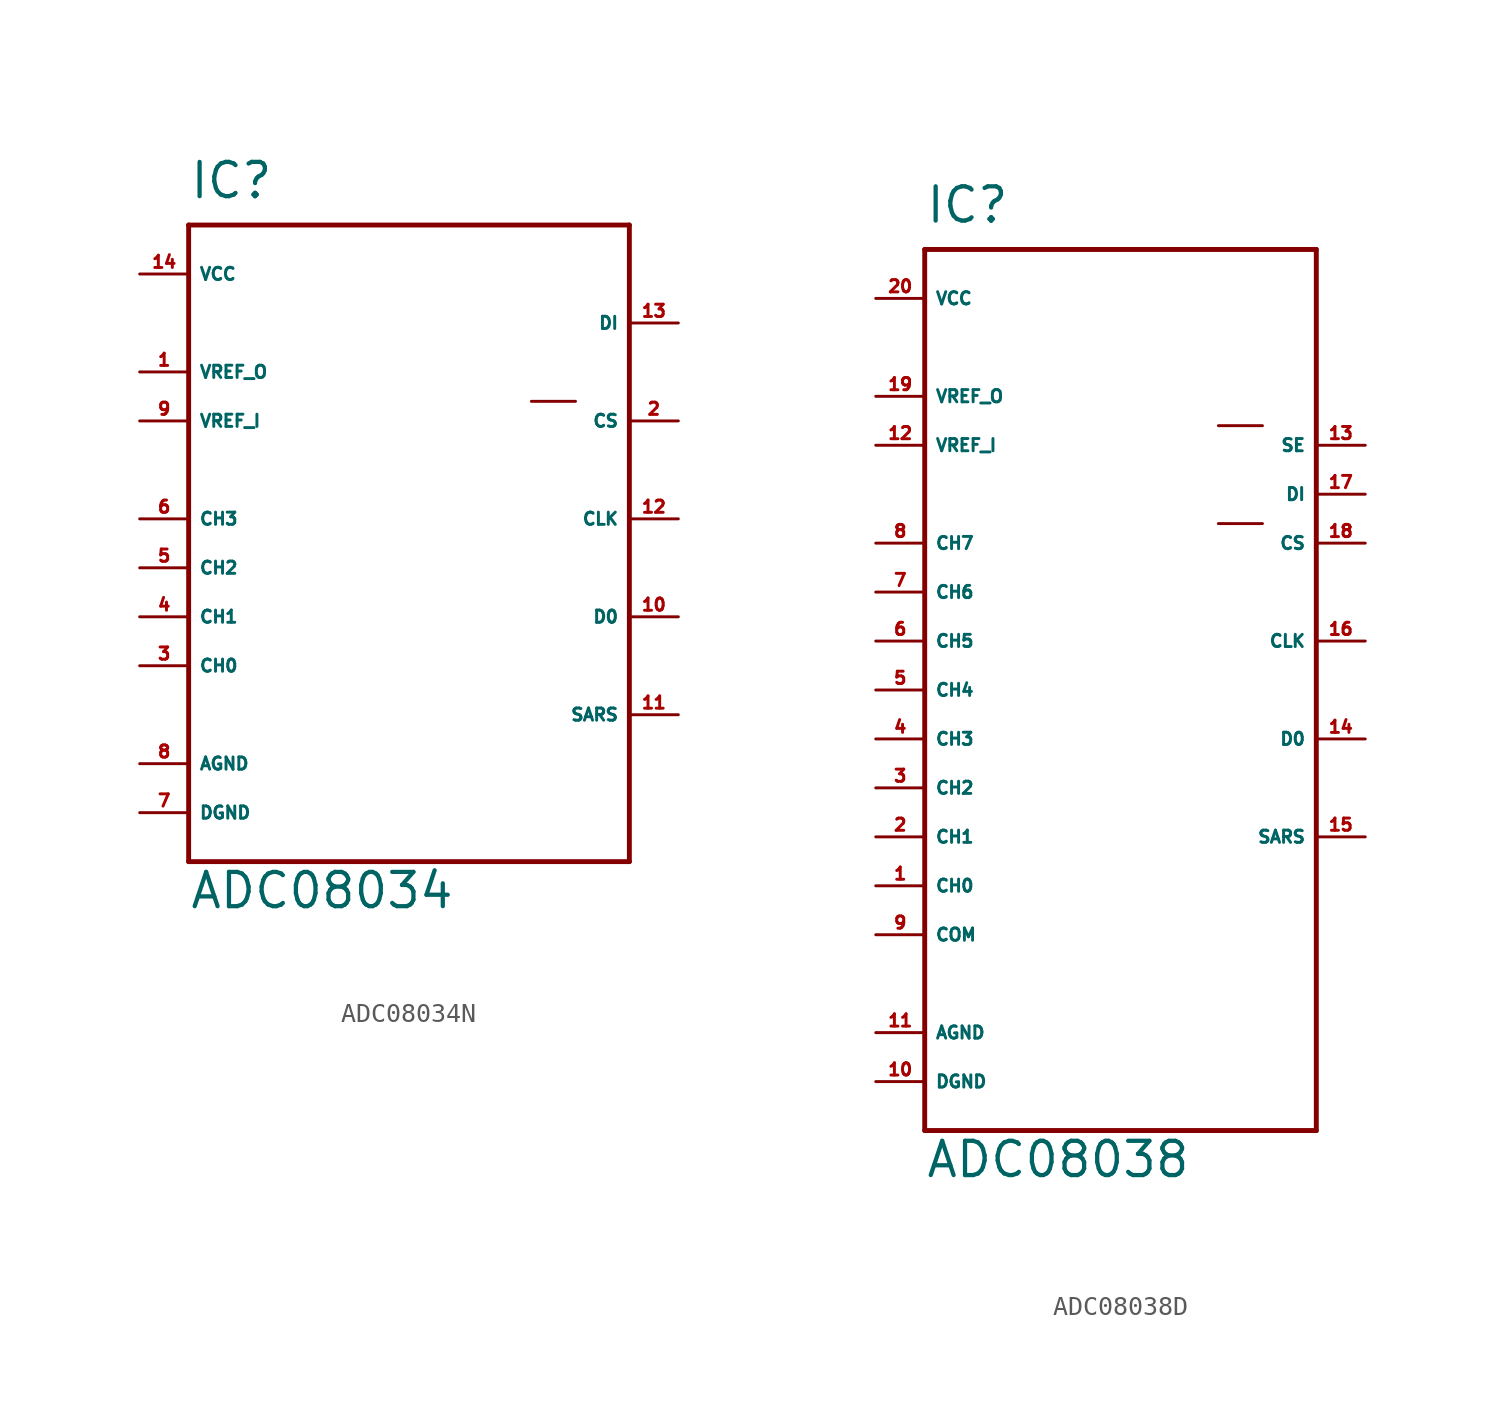
<source format=kicad_sym>
(kicad_symbol_lib
  (version 20220914)
  (generator Eagle2Kicad)
  (symbol "ADC08034N"
    (property "Reference" "IC"
      (at -12.7 16.51 0)
      (effects (font (size 1.778 1.778) (thickness 0.22)) (justify left bottom)))
    (property "Value" "ADC08034"
      (at -12.7 -20.32 0)
      (effects (font (size 1.778 1.778) (thickness 0.22)) (justify left bottom)))
    (polyline
      (pts (xy -12.7 15.24) (xy 10.16 15.24))
      (stroke (width 0.254) (type default))
      (fill (type none)))
    (polyline
      (pts (xy 10.16 15.24) (xy 10.16 -17.78))
      (stroke (width 0.254) (type default))
      (fill (type none)))
    (polyline
      (pts (xy 10.16 -17.78) (xy -12.7 -17.78))
      (stroke (width 0.254) (type default))
      (fill (type none)))
    (polyline
      (pts (xy -12.7 -17.78) (xy -12.7 15.24))
      (stroke (width 0.254) (type default))
      (fill (type none)))
    (polyline
      (pts (xy 5.08 6.096) (xy 7.366 6.096))
      (stroke (width 0.152) (type default))
      (fill (type none)))
    (pin input line
      (at -15.24 -7.62 0)
      (length 2.54)
      (name "CH0" (effects (font (size 0.635 0.635) (thickness 0.08)) (justify left bottom)))
      (number "3" (effects (font (size 0.635 0.635) (thickness 0.08)) (justify left bottom))))
    (pin input line
      (at -15.24 -5.08 0)
      (length 2.54)
      (name "CH1" (effects (font (size 0.635 0.635) (thickness 0.08)) (justify left bottom)))
      (number "4" (effects (font (size 0.635 0.635) (thickness 0.08)) (justify left bottom))))
    (pin input line
      (at -15.24 -2.54 0)
      (length 2.54)
      (name "CH2" (effects (font (size 0.635 0.635) (thickness 0.08)) (justify left bottom)))
      (number "5" (effects (font (size 0.635 0.635) (thickness 0.08)) (justify left bottom))))
    (pin input line
      (at -15.24 0 0)
      (length 2.54)
      (name "CH3" (effects (font (size 0.635 0.635) (thickness 0.08)) (justify left bottom)))
      (number "6" (effects (font (size 0.635 0.635) (thickness 0.08)) (justify left bottom))))
    (pin unspecified line
      (at -15.24 -15.24 0)
      (length 2.54)
      (name "DGND" (effects (font (size 0.635 0.635) (thickness 0.08)) (justify left bottom)))
      (number "7" (effects (font (size 0.635 0.635) (thickness 0.08)) (justify left bottom))))
    (pin output line
      (at -15.24 7.62 0)
      (length 2.54)
      (name "VREF_O" (effects (font (size 0.635 0.635) (thickness 0.08)) (justify left bottom)))
      (number "1" (effects (font (size 0.635 0.635) (thickness 0.08)) (justify left bottom))))
    (pin input line
      (at -15.24 5.08 0)
      (length 2.54)
      (name "VREF_I" (effects (font (size 0.635 0.635) (thickness 0.08)) (justify left bottom)))
      (number "9" (effects (font (size 0.635 0.635) (thickness 0.08)) (justify left bottom))))
    (pin input line
      (at 12.7 5.08 180)
      (length 2.54)
      (name "CS" (effects (font (size 0.635 0.635) (thickness 0.08)) (justify left bottom)))
      (number "2" (effects (font (size 0.635 0.635) (thickness 0.08)) (justify left bottom))))
    (pin input line
      (at 12.7 10.16 180)
      (length 2.54)
      (name "DI" (effects (font (size 0.635 0.635) (thickness 0.08)) (justify left bottom)))
      (number "13" (effects (font (size 0.635 0.635) (thickness 0.08)) (justify left bottom))))
    (pin tri_state line
      (at 12.7 -5.08 180)
      (length 2.54)
      (name "D0" (effects (font (size 0.635 0.635) (thickness 0.08)) (justify left bottom)))
      (number "10" (effects (font (size 0.635 0.635) (thickness 0.08)) (justify left bottom))))
    (pin input line
      (at 12.7 0 180)
      (length 2.54)
      (name "CLK" (effects (font (size 0.635 0.635) (thickness 0.08)) (justify left bottom)))
      (number "12" (effects (font (size 0.635 0.635) (thickness 0.08)) (justify left bottom))))
    (pin unspecified line
      (at -15.24 12.7 0)
      (length 2.54)
      (name "VCC" (effects (font (size 0.635 0.635) (thickness 0.08)) (justify left bottom)))
      (number "14" (effects (font (size 0.635 0.635) (thickness 0.08)) (justify left bottom))))
    (pin unspecified line
      (at -15.24 -12.7 0)
      (length 2.54)
      (name "AGND" (effects (font (size 0.635 0.635) (thickness 0.08)) (justify left bottom)))
      (number "8" (effects (font (size 0.635 0.635) (thickness 0.08)) (justify left bottom))))
    (pin output line
      (at 12.7 -10.16 180)
      (length 2.54)
      (name "SARS" (effects (font (size 0.635 0.635) (thickness 0.08)) (justify left bottom)))
      (number "11" (effects (font (size 0.635 0.635) (thickness 0.08)) (justify left bottom)))))
  (symbol "ADC08038D"
    (property "Reference" "IC"
      (at -10.16 21.59 0)
      (effects (font (size 1.778 1.778) (thickness 0.22)) (justify left bottom)))
    (property "Value" "ADC08038"
      (at -10.16 -27.94 0)
      (effects (font (size 1.778 1.778) (thickness 0.22)) (justify left bottom)))
    (polyline
      (pts (xy -10.16 20.32) (xy 10.16 20.32))
      (stroke (width 0.254) (type default))
      (fill (type none)))
    (polyline
      (pts (xy 10.16 20.32) (xy 10.16 -25.4))
      (stroke (width 0.254) (type default))
      (fill (type none)))
    (polyline
      (pts (xy 10.16 -25.4) (xy -10.16 -25.4))
      (stroke (width 0.254) (type default))
      (fill (type none)))
    (polyline
      (pts (xy -10.16 -25.4) (xy -10.16 20.32))
      (stroke (width 0.254) (type default))
      (fill (type none)))
    (polyline
      (pts (xy 5.08 6.096) (xy 7.366 6.096))
      (stroke (width 0.152) (type default))
      (fill (type none)))
    (polyline
      (pts (xy 5.08 11.176) (xy 7.366 11.176))
      (stroke (width 0.152) (type default))
      (fill (type none)))
    (pin input line
      (at -12.7 -12.7 0)
      (length 2.54)
      (name "CH0" (effects (font (size 0.635 0.635) (thickness 0.08)) (justify left bottom)))
      (number "1" (effects (font (size 0.635 0.635) (thickness 0.08)) (justify left bottom))))
    (pin input line
      (at -12.7 -10.16 0)
      (length 2.54)
      (name "CH1" (effects (font (size 0.635 0.635) (thickness 0.08)) (justify left bottom)))
      (number "2" (effects (font (size 0.635 0.635) (thickness 0.08)) (justify left bottom))))
    (pin input line
      (at -12.7 -7.62 0)
      (length 2.54)
      (name "CH2" (effects (font (size 0.635 0.635) (thickness 0.08)) (justify left bottom)))
      (number "3" (effects (font (size 0.635 0.635) (thickness 0.08)) (justify left bottom))))
    (pin input line
      (at -12.7 -5.08 0)
      (length 2.54)
      (name "CH3" (effects (font (size 0.635 0.635) (thickness 0.08)) (justify left bottom)))
      (number "4" (effects (font (size 0.635 0.635) (thickness 0.08)) (justify left bottom))))
    (pin input line
      (at -12.7 -2.54 0)
      (length 2.54)
      (name "CH4" (effects (font (size 0.635 0.635) (thickness 0.08)) (justify left bottom)))
      (number "5" (effects (font (size 0.635 0.635) (thickness 0.08)) (justify left bottom))))
    (pin input line
      (at -12.7 0 0)
      (length 2.54)
      (name "CH5" (effects (font (size 0.635 0.635) (thickness 0.08)) (justify left bottom)))
      (number "6" (effects (font (size 0.635 0.635) (thickness 0.08)) (justify left bottom))))
    (pin input line
      (at -12.7 2.54 0)
      (length 2.54)
      (name "CH6" (effects (font (size 0.635 0.635) (thickness 0.08)) (justify left bottom)))
      (number "7" (effects (font (size 0.635 0.635) (thickness 0.08)) (justify left bottom))))
    (pin unspecified line
      (at -12.7 -22.86 0)
      (length 2.54)
      (name "DGND" (effects (font (size 0.635 0.635) (thickness 0.08)) (justify left bottom)))
      (number "10" (effects (font (size 0.635 0.635) (thickness 0.08)) (justify left bottom))))
    (pin output line
      (at -12.7 12.7 0)
      (length 2.54)
      (name "VREF_O" (effects (font (size 0.635 0.635) (thickness 0.08)) (justify left bottom)))
      (number "19" (effects (font (size 0.635 0.635) (thickness 0.08)) (justify left bottom))))
    (pin input line
      (at -12.7 10.16 0)
      (length 2.54)
      (name "VREF_I" (effects (font (size 0.635 0.635) (thickness 0.08)) (justify left bottom)))
      (number "12" (effects (font (size 0.635 0.635) (thickness 0.08)) (justify left bottom))))
    (pin input line
      (at 12.7 5.08 180)
      (length 2.54)
      (name "CS" (effects (font (size 0.635 0.635) (thickness 0.08)) (justify left bottom)))
      (number "18" (effects (font (size 0.635 0.635) (thickness 0.08)) (justify left bottom))))
    (pin input line
      (at -12.7 5.08 0)
      (length 2.54)
      (name "CH7" (effects (font (size 0.635 0.635) (thickness 0.08)) (justify left bottom)))
      (number "8" (effects (font (size 0.635 0.635) (thickness 0.08)) (justify left bottom))))
    (pin input line
      (at -12.7 -15.24 0)
      (length 2.54)
      (name "COM" (effects (font (size 0.635 0.635) (thickness 0.08)) (justify left bottom)))
      (number "9" (effects (font (size 0.635 0.635) (thickness 0.08)) (justify left bottom))))
    (pin input line
      (at 12.7 7.62 180)
      (length 2.54)
      (name "DI" (effects (font (size 0.635 0.635) (thickness 0.08)) (justify left bottom)))
      (number "17" (effects (font (size 0.635 0.635) (thickness 0.08)) (justify left bottom))))
    (pin tri_state line
      (at 12.7 -5.08 180)
      (length 2.54)
      (name "D0" (effects (font (size 0.635 0.635) (thickness 0.08)) (justify left bottom)))
      (number "14" (effects (font (size 0.635 0.635) (thickness 0.08)) (justify left bottom))))
    (pin input line
      (at 12.7 0 180)
      (length 2.54)
      (name "CLK" (effects (font (size 0.635 0.635) (thickness 0.08)) (justify left bottom)))
      (number "16" (effects (font (size 0.635 0.635) (thickness 0.08)) (justify left bottom))))
    (pin unspecified line
      (at -12.7 17.78 0)
      (length 2.54)
      (name "VCC" (effects (font (size 0.635 0.635) (thickness 0.08)) (justify left bottom)))
      (number "20" (effects (font (size 0.635 0.635) (thickness 0.08)) (justify left bottom))))
    (pin input line
      (at 12.7 10.16 180)
      (length 2.54)
      (name "SE" (effects (font (size 0.635 0.635) (thickness 0.08)) (justify left bottom)))
      (number "13" (effects (font (size 0.635 0.635) (thickness 0.08)) (justify left bottom))))
    (pin unspecified line
      (at -12.7 -20.32 0)
      (length 2.54)
      (name "AGND" (effects (font (size 0.635 0.635) (thickness 0.08)) (justify left bottom)))
      (number "11" (effects (font (size 0.635 0.635) (thickness 0.08)) (justify left bottom))))
    (pin output line
      (at 12.7 -10.16 180)
      (length 2.54)
      (name "SARS" (effects (font (size 0.635 0.635) (thickness 0.08)) (justify left bottom)))
      (number "15" (effects (font (size 0.635 0.635) (thickness 0.08)) (justify left bottom))))))
</source>
